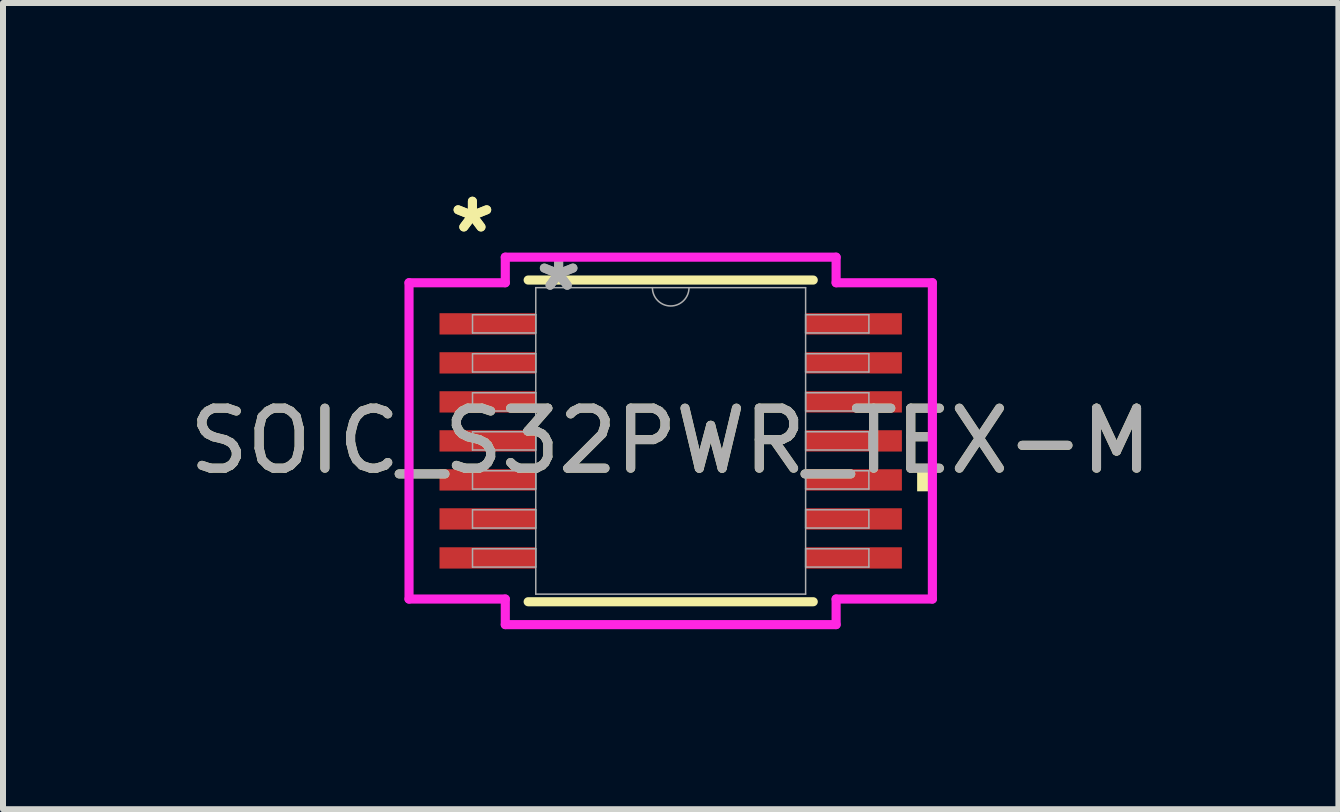
<source format=kicad_pcb>
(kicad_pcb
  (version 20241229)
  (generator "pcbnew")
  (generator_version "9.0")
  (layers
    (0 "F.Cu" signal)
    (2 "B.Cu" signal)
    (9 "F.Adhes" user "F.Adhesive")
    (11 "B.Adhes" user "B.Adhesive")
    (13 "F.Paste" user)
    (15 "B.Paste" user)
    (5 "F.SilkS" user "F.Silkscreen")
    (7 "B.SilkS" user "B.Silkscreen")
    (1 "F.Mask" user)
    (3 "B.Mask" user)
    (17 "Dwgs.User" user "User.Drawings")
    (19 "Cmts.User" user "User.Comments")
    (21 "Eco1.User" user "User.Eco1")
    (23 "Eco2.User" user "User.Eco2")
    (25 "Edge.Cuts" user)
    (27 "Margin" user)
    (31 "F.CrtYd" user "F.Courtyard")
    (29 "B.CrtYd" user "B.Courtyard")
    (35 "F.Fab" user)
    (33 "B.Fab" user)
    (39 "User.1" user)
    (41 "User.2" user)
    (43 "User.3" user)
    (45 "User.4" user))
  (footprint "SOIC_S32PWR_TEX-M"
    (layer "F.Cu")
    (at 8.125 4.296)
    (property "Reference" "SOIC_S32PWR_TEX-M" (at 0 0 0) (unlocked yes) (layer "F.SilkS") (effects (font (size 1 1) (thickness 0.15))))
    (attr smd)
    (fp_line (start -2.375 2.68) (end 2.375 2.68) (stroke (width 0.152) (type solid)) (layer "F.SilkS"))
    (fp_line (start 2.375 -2.68) (end -2.375 -2.68) (stroke (width 0.152) (type solid)) (layer "F.SilkS"))
    (fp_poly (pts (xy 4.36 0.459) (xy 4.36 0.84) (xy 4.106 0.84) (xy 4.106 0.459)) (stroke (width 0) (type solid)) (fill yes) (layer "F.SilkS"))
    (fp_line (start -4.36 -2.635) (end -2.756 -2.635) (stroke (width 0.152) (type solid)) (layer "F.CrtYd"))
    (fp_line (start -4.36 2.635) (end -4.36 -2.635) (stroke (width 0.152) (type solid)) (layer "F.CrtYd"))
    (fp_line (start -4.36 2.635) (end -2.756 2.635) (stroke (width 0.152) (type solid)) (layer "F.CrtYd"))
    (fp_line (start -2.756 -3.061) (end 2.756 -3.061) (stroke (width 0.152) (type solid)) (layer "F.CrtYd"))
    (fp_line (start -2.756 -2.635) (end -2.756 -3.061) (stroke (width 0.152) (type solid)) (layer "F.CrtYd"))
    (fp_line (start -2.756 3.061) (end -2.756 2.635) (stroke (width 0.152) (type solid)) (layer "F.CrtYd"))
    (fp_line (start 2.756 -3.061) (end 2.756 -2.635) (stroke (width 0.152) (type solid)) (layer "F.CrtYd"))
    (fp_line (start 2.756 2.635) (end 2.756 3.061) (stroke (width 0.152) (type solid)) (layer "F.CrtYd"))
    (fp_line (start 2.756 3.061) (end -2.756 3.061) (stroke (width 0.152) (type solid)) (layer "F.CrtYd"))
    (fp_line (start 4.36 -2.635) (end 2.756 -2.635) (stroke (width 0.152) (type solid)) (layer "F.CrtYd"))
    (fp_line (start 4.36 -2.635) (end 4.36 2.635) (stroke (width 0.152) (type solid)) (layer "F.CrtYd"))
    (fp_line (start 4.36 2.635) (end 2.756 2.635) (stroke (width 0.152) (type solid)) (layer "F.CrtYd"))
    (fp_line (start -3.302 -2.102) (end -3.302 -1.798) (stroke (width 0.025) (type solid)) (layer "F.Fab"))
    (fp_line (start -3.302 -1.798) (end -2.248 -1.798) (stroke (width 0.025) (type solid)) (layer "F.Fab"))
    (fp_line (start -3.302 -1.452) (end -3.302 -1.148) (stroke (width 0.025) (type solid)) (layer "F.Fab"))
    (fp_line (start -3.302 -1.148) (end -2.248 -1.148) (stroke (width 0.025) (type solid)) (layer "F.Fab"))
    (fp_line (start -3.302 -0.802) (end -3.302 -0.498) (stroke (width 0.025) (type solid)) (layer "F.Fab"))
    (fp_line (start -3.302 -0.498) (end -2.248 -0.498) (stroke (width 0.025) (type solid)) (layer "F.Fab"))
    (fp_line (start -3.302 -0.152) (end -3.302 0.152) (stroke (width 0.025) (type solid)) (layer "F.Fab"))
    (fp_line (start -3.302 0.152) (end -2.248 0.152) (stroke (width 0.025) (type solid)) (layer "F.Fab"))
    (fp_line (start -3.302 0.498) (end -3.302 0.802) (stroke (width 0.025) (type solid)) (layer "F.Fab"))
    (fp_line (start -3.302 0.802) (end -2.248 0.802) (stroke (width 0.025) (type solid)) (layer "F.Fab"))
    (fp_line (start -3.302 1.148) (end -3.302 1.452) (stroke (width 0.025) (type solid)) (layer "F.Fab"))
    (fp_line (start -3.302 1.452) (end -2.248 1.452) (stroke (width 0.025) (type solid)) (layer "F.Fab"))
    (fp_line (start -3.302 1.798) (end -3.302 2.102) (stroke (width 0.025) (type solid)) (layer "F.Fab"))
    (fp_line (start -3.302 2.102) (end -2.248 2.102) (stroke (width 0.025) (type solid)) (layer "F.Fab"))
    (fp_line (start -2.248 -2.553) (end -2.248 2.553) (stroke (width 0.025) (type solid)) (layer "F.Fab"))
    (fp_line (start -2.248 -2.102) (end -3.302 -2.102) (stroke (width 0.025) (type solid)) (layer "F.Fab"))
    (fp_line (start -2.248 -1.798) (end -2.248 -2.102) (stroke (width 0.025) (type solid)) (layer "F.Fab"))
    (fp_line (start -2.248 -1.452) (end -3.302 -1.452) (stroke (width 0.025) (type solid)) (layer "F.Fab"))
    (fp_line (start -2.248 -1.148) (end -2.248 -1.452) (stroke (width 0.025) (type solid)) (layer "F.Fab"))
    (fp_line (start -2.248 -0.802) (end -3.302 -0.802) (stroke (width 0.025) (type solid)) (layer "F.Fab"))
    (fp_line (start -2.248 -0.498) (end -2.248 -0.802) (stroke (width 0.025) (type solid)) (layer "F.Fab"))
    (fp_line (start -2.248 -0.152) (end -3.302 -0.152) (stroke (width 0.025) (type solid)) (layer "F.Fab"))
    (fp_line (start -2.248 0.152) (end -2.248 -0.152) (stroke (width 0.025) (type solid)) (layer "F.Fab"))
    (fp_line (start -2.248 0.498) (end -3.302 0.498) (stroke (width 0.025) (type solid)) (layer "F.Fab"))
    (fp_line (start -2.248 0.802) (end -2.248 0.498) (stroke (width 0.025) (type solid)) (layer "F.Fab"))
    (fp_line (start -2.248 1.148) (end -3.302 1.148) (stroke (width 0.025) (type solid)) (layer "F.Fab"))
    (fp_line (start -2.248 1.452) (end -2.248 1.148) (stroke (width 0.025) (type solid)) (layer "F.Fab"))
    (fp_line (start -2.248 1.798) (end -3.302 1.798) (stroke (width 0.025) (type solid)) (layer "F.Fab"))
    (fp_line (start -2.248 2.102) (end -2.248 1.798) (stroke (width 0.025) (type solid)) (layer "F.Fab"))
    (fp_line (start -2.248 2.553) (end 2.248 2.553) (stroke (width 0.025) (type solid)) (layer "F.Fab"))
    (fp_line (start 2.248 -2.553) (end -2.248 -2.553) (stroke (width 0.025) (type solid)) (layer "F.Fab"))
    (fp_line (start 2.248 -2.102) (end 2.248 -1.798) (stroke (width 0.025) (type solid)) (layer "F.Fab"))
    (fp_line (start 2.248 -1.798) (end 3.302 -1.798) (stroke (width 0.025) (type solid)) (layer "F.Fab"))
    (fp_line (start 2.248 -1.452) (end 2.248 -1.148) (stroke (width 0.025) (type solid)) (layer "F.Fab"))
    (fp_line (start 2.248 -1.148) (end 3.302 -1.148) (stroke (width 0.025) (type solid)) (layer "F.Fab"))
    (fp_line (start 2.248 -0.802) (end 2.248 -0.498) (stroke (width 0.025) (type solid)) (layer "F.Fab"))
    (fp_line (start 2.248 -0.498) (end 3.302 -0.498) (stroke (width 0.025) (type solid)) (layer "F.Fab"))
    (fp_line (start 2.248 -0.152) (end 2.248 0.152) (stroke (width 0.025) (type solid)) (layer "F.Fab"))
    (fp_line (start 2.248 0.152) (end 3.302 0.152) (stroke (width 0.025) (type solid)) (layer "F.Fab"))
    (fp_line (start 2.248 0.498) (end 2.248 0.802) (stroke (width 0.025) (type solid)) (layer "F.Fab"))
    (fp_line (start 2.248 0.802) (end 3.302 0.802) (stroke (width 0.025) (type solid)) (layer "F.Fab"))
    (fp_line (start 2.248 1.148) (end 2.248 1.452) (stroke (width 0.025) (type solid)) (layer "F.Fab"))
    (fp_line (start 2.248 1.452) (end 3.302 1.452) (stroke (width 0.025) (type solid)) (layer "F.Fab"))
    (fp_line (start 2.248 1.798) (end 2.248 2.102) (stroke (width 0.025) (type solid)) (layer "F.Fab"))
    (fp_line (start 2.248 2.102) (end 3.302 2.102) (stroke (width 0.025) (type solid)) (layer "F.Fab"))
    (fp_line (start 2.248 2.553) (end 2.248 -2.553) (stroke (width 0.025) (type solid)) (layer "F.Fab"))
    (fp_line (start 3.302 -2.102) (end 2.248 -2.102) (stroke (width 0.025) (type solid)) (layer "F.Fab"))
    (fp_line (start 3.302 -1.798) (end 3.302 -2.102) (stroke (width 0.025) (type solid)) (layer "F.Fab"))
    (fp_line (start 3.302 -1.452) (end 2.248 -1.452) (stroke (width 0.025) (type solid)) (layer "F.Fab"))
    (fp_line (start 3.302 -1.148) (end 3.302 -1.452) (stroke (width 0.025) (type solid)) (layer "F.Fab"))
    (fp_line (start 3.302 -0.802) (end 2.248 -0.802) (stroke (width 0.025) (type solid)) (layer "F.Fab"))
    (fp_line (start 3.302 -0.498) (end 3.302 -0.802) (stroke (width 0.025) (type solid)) (layer "F.Fab"))
    (fp_line (start 3.302 -0.152) (end 2.248 -0.152) (stroke (width 0.025) (type solid)) (layer "F.Fab"))
    (fp_line (start 3.302 0.152) (end 3.302 -0.152) (stroke (width 0.025) (type solid)) (layer "F.Fab"))
    (fp_line (start 3.302 0.498) (end 2.248 0.498) (stroke (width 0.025) (type solid)) (layer "F.Fab"))
    (fp_line (start 3.302 0.802) (end 3.302 0.498) (stroke (width 0.025) (type solid)) (layer "F.Fab"))
    (fp_line (start 3.302 1.148) (end 2.248 1.148) (stroke (width 0.025) (type solid)) (layer "F.Fab"))
    (fp_line (start 3.302 1.452) (end 3.302 1.148) (stroke (width 0.025) (type solid)) (layer "F.Fab"))
    (fp_line (start 3.302 1.798) (end 2.248 1.798) (stroke (width 0.025) (type solid)) (layer "F.Fab"))
    (fp_line (start 3.302 2.102) (end 3.302 1.798) (stroke (width 0.025) (type solid)) (layer "F.Fab"))
    (fp_arc (start 0.3048 -2.5527) (mid 0 -2.2479) (end -0.3048 -2.5527) (stroke (width 0.0254) (type solid)) (layer "F.Fab"))
    (fp_text user "*" (at -3.304 -3.448 0) (unlocked yes) (layer "F.SilkS") (effects (font (size 1 1) (thickness 0.15))))
    (fp_text user "*" (at -3.304 -3.448 0) (layer "F.SilkS") (effects (font (size 1 1) (thickness 0.15))))
    (fp_text user "*" (at -1.867 -2.477 0) (unlocked yes) (layer "F.Fab") (effects (font (size 1 1) (thickness 0.15))))
    (fp_text user "${REFERENCE}" (at 0 0 0) (unlocked yes) (layer "F.Fab") (effects (font (size 1 1) (thickness 0.15))))
    (fp_text user "*" (at -1.867 -2.477 0) (layer "F.Fab") (effects (font (size 1 1) (thickness 0.15))))
    (pad "1" smd rect (at -3.05 -1.95) (size 1.604 0.355) (layers "F.Cu" "F.Mask" "F.Paste"))
    (pad "2" smd rect (at -3.05 -1.3) (size 1.604 0.355) (layers "F.Cu" "F.Mask" "F.Paste"))
    (pad "3" smd rect (at -3.05 -0.65) (size 1.604 0.355) (layers "F.Cu" "F.Mask" "F.Paste"))
    (pad "4" smd rect (at -3.05 0) (size 1.604 0.355) (layers "F.Cu" "F.Mask" "F.Paste"))
    (pad "5" smd rect (at -3.05 0.65) (size 1.604 0.355) (layers "F.Cu" "F.Mask" "F.Paste"))
    (pad "6" smd rect (at -3.05 1.3) (size 1.604 0.355) (layers "F.Cu" "F.Mask" "F.Paste"))
    (pad "7" smd rect (at -3.05 1.95) (size 1.604 0.355) (layers "F.Cu" "F.Mask" "F.Paste"))
    (pad "8" smd rect (at 3.05 1.95) (size 1.604 0.355) (layers "F.Cu" "F.Mask" "F.Paste"))
    (pad "9" smd rect (at 3.05 1.3) (size 1.604 0.355) (layers "F.Cu" "F.Mask" "F.Paste"))
    (pad "10" smd rect (at 3.05 0.65) (size 1.604 0.355) (layers "F.Cu" "F.Mask" "F.Paste"))
    (pad "11" smd rect (at 3.05 0) (size 1.604 0.355) (layers "F.Cu" "F.Mask" "F.Paste"))
    (pad "12" smd rect (at 3.05 -0.65) (size 1.604 0.355) (layers "F.Cu" "F.Mask" "F.Paste"))
    (pad "13" smd rect (at 3.05 -1.3) (size 1.604 0.355) (layers "F.Cu" "F.Mask" "F.Paste"))
    (pad "14" smd rect (at 3.05 -1.95) (size 1.604 0.355) (layers "F.Cu" "F.Mask" "F.Paste")))
  (gr_rect
    (start -3 -3)
    (end 19.25 10.433)
    (stroke (width 0.1) (type default))
    (fill no)
    (layer "Edge.Cuts")))
</source>
